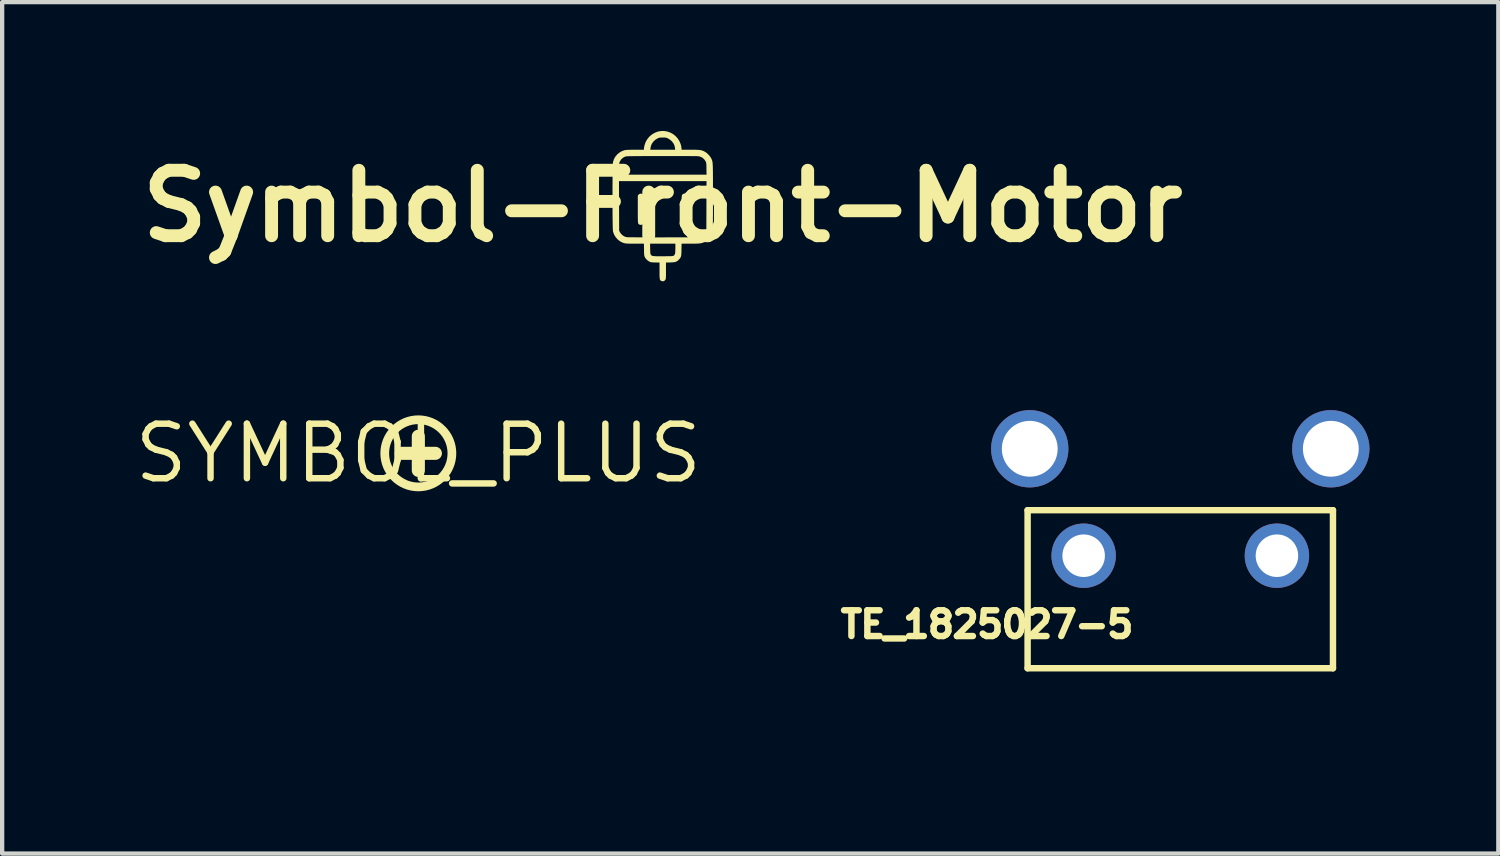
<source format=kicad_pcb>
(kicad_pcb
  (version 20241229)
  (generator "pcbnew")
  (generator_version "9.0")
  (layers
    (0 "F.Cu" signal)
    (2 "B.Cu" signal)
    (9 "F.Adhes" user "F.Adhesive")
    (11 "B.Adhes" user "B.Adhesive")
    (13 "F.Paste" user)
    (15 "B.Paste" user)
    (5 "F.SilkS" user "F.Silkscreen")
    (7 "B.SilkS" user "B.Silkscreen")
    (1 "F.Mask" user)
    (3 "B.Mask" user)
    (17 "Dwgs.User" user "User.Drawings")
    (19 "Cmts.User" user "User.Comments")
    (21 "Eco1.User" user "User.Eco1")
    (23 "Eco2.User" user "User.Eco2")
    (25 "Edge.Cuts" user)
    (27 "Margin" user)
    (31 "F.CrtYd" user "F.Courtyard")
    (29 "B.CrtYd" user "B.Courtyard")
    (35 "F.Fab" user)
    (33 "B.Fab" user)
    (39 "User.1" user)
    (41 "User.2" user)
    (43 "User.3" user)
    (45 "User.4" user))
  (footprint "TE_1825027-5"
    (layer "F.Cu")
    (at 24.431 9.889)
    (property "Reference" "TE_1825027-5" (at -4.5 1.6 0) (layer "F.SilkS") (effects (font (size 0.6 0.6) (thickness 0.15))))
    (attr through_hole)
    (fp_line (start -3.555 -1.06) (end 3.555 -1.06) (stroke (width 0.15) (type solid)) (layer "F.SilkS"))
    (fp_line (start -3.555 2.62) (end -3.555 -1.06) (stroke (width 0.15) (type solid)) (layer "F.SilkS"))
    (fp_line (start -3.555 2.62) (end 3.555 2.62) (stroke (width 0.15) (type solid)) (layer "F.SilkS"))
    (fp_line (start 3.555 2.62) (end 3.555 -1.06) (stroke (width 0.15) (type solid)) (layer "F.SilkS"))
    (fp_line (start -1.775 2.62) (end -1.775 3.86) (stroke (width 0.15) (type solid)) (layer "Eco1.User"))
    (fp_line (start -1.755 3.86) (end 1.755 3.86) (stroke (width 0.15) (type solid)) (layer "Eco1.User"))
    (fp_line (start 1.755 2.62) (end 1.755 3.86) (stroke (width 0.15) (type solid)) (layer "Eco1.User"))
    (pad "" thru_hole circle (at -3.505 -2.49) (size 1.8 1.8) (drill 1.3) (layers "*.Cu" "*.Mask"))
    (pad "" thru_hole circle (at 3.505 -2.49) (size 1.8 1.8) (drill 1.3) (layers "*.Cu" "*.Mask"))
    (pad "1" thru_hole circle (at -2.25 0) (size 1.5 1.5) (drill 0.99) (layers "*.Cu" "*.Mask"))
    (pad "2" thru_hole circle (at 2.25 0) (size 1.5 1.5) (drill 0.99) (layers "*.Cu" "*.Mask")))
  (footprint "Symbol-Front-Motor"
    (layer "F.Cu")
    (at 12.381 1.749)
    (property "Reference" "Symbol-Front-Motor" (at 0 0 0) (layer "F.SilkS") (effects (font (size 1.524 1.524) (thickness 0.3))))
    (attr board_only exclude_from_pos_files exclude_from_bom)
    (fp_poly (pts (xy 0.536 -0.287) (xy 0.56 -0.269) (xy 0.564 -0.266) (xy 0.581 -0.245) (xy 0.581 0.074) (xy 0.581 0.149) (xy 0.581 0.211) (xy 0.58 0.262) (xy 0.58 0.303) (xy 0.579 0.335) (xy 0.578 0.36) (xy 0.577 0.378) (xy 0.576 0.39) (xy 0.574 0.399) (xy 0.571 0.405) (xy 0.569 0.408) (xy 0.545 0.429) (xy 0.517 0.438) (xy 0.489 0.433) (xy 0.463 0.416) (xy 0.461 0.414) (xy 0.438 0.391) (xy 0.438 0.074) (xy 0.438 -0.002) (xy 0.438 -0.066) (xy 0.438 -0.119) (xy 0.439 -0.161) (xy 0.44 -0.195) (xy 0.442 -0.221) (xy 0.444 -0.24) (xy 0.448 -0.255) (xy 0.452 -0.264) (xy 0.458 -0.271) (xy 0.465 -0.277) (xy 0.474 -0.281) (xy 0.48 -0.284) (xy 0.508 -0.292)) (stroke (width 0) (type solid)) (fill yes) (layer "F.SilkS"))
    (fp_poly (pts (xy -0.484 -0.286) (xy -0.48 -0.284) (xy -0.47 -0.279) (xy -0.462 -0.275) (xy -0.456 -0.269) (xy -0.45 -0.261) (xy -0.446 -0.249) (xy -0.443 -0.233) (xy -0.441 -0.211) (xy -0.439 -0.183) (xy -0.438 -0.146) (xy -0.438 -0.099) (xy -0.438 -0.042) (xy -0.438 0.027) (xy -0.438 0.074) (xy -0.438 0.391) (xy -0.461 0.414) (xy -0.487 0.433) (xy -0.515 0.438) (xy -0.543 0.43) (xy -0.544 0.43) (xy -0.552 0.425) (xy -0.559 0.42) (xy -0.565 0.415) (xy -0.57 0.407) (xy -0.573 0.395) (xy -0.576 0.379) (xy -0.578 0.357) (xy -0.579 0.328) (xy -0.58 0.29) (xy -0.581 0.244) (xy -0.581 0.186) (xy -0.581 0.117) (xy -0.581 0.074) (xy -0.581 -0.245) (xy -0.564 -0.266) (xy -0.54 -0.285) (xy -0.512 -0.292)) (stroke (width 0) (type solid)) (fill yes) (layer "F.SilkS"))
    (fp_poly (pts (xy 0.041 -1.748) (xy 0.111 -1.735) (xy 0.178 -1.711) (xy 0.24 -1.677) (xy 0.297 -1.632) (xy 0.345 -1.579) (xy 0.385 -1.518) (xy 0.415 -1.45) (xy 0.424 -1.418) (xy 0.431 -1.389) (xy 0.435 -1.361) (xy 0.438 -1.341) (xy 0.438 -1.339) (xy 0.438 -1.313) (xy 0.641 -1.313) (xy 0.708 -1.312) (xy 0.764 -1.312) (xy 0.809 -1.31) (xy 0.846 -1.308) (xy 0.876 -1.304) (xy 0.902 -1.299) (xy 0.925 -1.292) (xy 0.947 -1.283) (xy 0.969 -1.272) (xy 0.974 -1.27) (xy 1.013 -1.245) (xy 1.052 -1.211) (xy 1.088 -1.172) (xy 1.117 -1.133) (xy 1.127 -1.114) (xy 1.134 -1.101) (xy 1.139 -1.089) (xy 1.144 -1.078) (xy 1.149 -1.065) (xy 1.152 -1.052) (xy 1.156 -1.036) (xy 1.159 -1.017) (xy 1.161 -0.994) (xy 1.163 -0.967) (xy 1.165 -0.934) (xy 1.166 -0.895) (xy 1.167 -0.849) (xy 1.168 -0.795) (xy 1.168 -0.732) (xy 1.169 -0.66) (xy 1.169 -0.578) (xy 1.169 -0.485) (xy 1.169 -0.38) (xy 1.169 -0.219) (xy 1.169 -0.097) (xy 1.169 0.013) (xy 1.169 0.11) (xy 1.169 0.196) (xy 1.168 0.271) (xy 1.168 0.337) (xy 1.167 0.394) (xy 1.166 0.442) (xy 1.165 0.484) (xy 1.164 0.519) (xy 1.162 0.548) (xy 1.159 0.572) (xy 1.157 0.593) (xy 1.153 0.609) (xy 1.15 0.624) (xy 1.145 0.636) (xy 1.141 0.648) (xy 1.135 0.66) (xy 1.129 0.672) (xy 1.126 0.677) (xy 1.101 0.717) (xy 1.067 0.758) (xy 1.028 0.795) (xy 0.988 0.824) (xy 0.974 0.832) (xy 0.951 0.844) (xy 0.929 0.853) (xy 0.907 0.86) (xy 0.882 0.866) (xy 0.852 0.869) (xy 0.816 0.872) (xy 0.773 0.874) (xy 0.719 0.875) (xy 0.654 0.875) (xy 0.641 0.875) (xy 0.439 0.875) (xy 0.436 1.014) (xy 0.435 1.068) (xy 0.433 1.111) (xy 0.43 1.145) (xy 0.424 1.171) (xy 0.416 1.193) (xy 0.405 1.212) (xy 0.389 1.231) (xy 0.373 1.248) (xy 0.35 1.27) (xy 0.327 1.286) (xy 0.303 1.297) (xy 0.275 1.304) (xy 0.239 1.309) (xy 0.193 1.311) (xy 0.176 1.312) (xy 0.075 1.314) (xy 0.075 1.502) (xy 0.075 1.56) (xy 0.075 1.606) (xy 0.074 1.641) (xy 0.073 1.668) (xy 0.071 1.687) (xy 0.068 1.7) (xy 0.065 1.708) (xy 0.065 1.709) (xy 0.045 1.735) (xy 0.019 1.748) (xy 0 1.75) (xy -0.021 1.747) (xy -0.039 1.74) (xy -0.04 1.74) (xy -0.05 1.732) (xy -0.058 1.723) (xy -0.064 1.712) (xy -0.068 1.698) (xy -0.071 1.677) (xy -0.073 1.649) (xy -0.075 1.613) (xy -0.075 1.566) (xy -0.075 1.507) (xy -0.075 1.502) (xy -0.075 1.314) (xy -0.176 1.312) (xy -0.217 1.311) (xy -0.246 1.309) (xy -0.268 1.307) (xy -0.285 1.303) (xy -0.299 1.298) (xy -0.311 1.293) (xy -0.348 1.269) (xy -0.383 1.237) (xy -0.41 1.201) (xy -0.419 1.184) (xy -0.424 1.172) (xy -0.428 1.159) (xy -0.431 1.143) (xy -0.433 1.123) (xy -0.435 1.094) (xy -0.436 1.057) (xy -0.436 1.014) (xy -0.439 0.875) (xy -0.295 0.875) (xy -0.293 0.994) (xy -0.292 1.038) (xy -0.291 1.07) (xy -0.289 1.093) (xy -0.287 1.109) (xy -0.283 1.12) (xy -0.279 1.129) (xy -0.276 1.133) (xy -0.269 1.142) (xy -0.26 1.149) (xy -0.25 1.155) (xy -0.235 1.16) (xy -0.216 1.163) (xy -0.189 1.165) (xy -0.155 1.167) (xy -0.112 1.167) (xy -0.057 1.167) (xy 0.009 1.167) (xy 0.011 1.167) (xy 0.073 1.167) (xy 0.123 1.166) (xy 0.162 1.166) (xy 0.191 1.165) (xy 0.214 1.164) (xy 0.229 1.162) (xy 0.24 1.16) (xy 0.248 1.157) (xy 0.254 1.154) (xy 0.258 1.151) (xy 0.27 1.14) (xy 0.279 1.126) (xy 0.286 1.107) (xy 0.29 1.082) (xy 0.292 1.047) (xy 0.293 1.001) (xy 0.294 0.983) (xy 0.294 0.875) (xy -0.295 0.875) (xy -0.439 0.875) (xy -0.639 0.875) (xy -0.699 0.875) (xy -0.754 0.874) (xy -0.8 0.873) (xy -0.838 0.871) (xy -0.865 0.869) (xy -0.877 0.868) (xy -0.941 0.848) (xy -1 0.816) (xy -1.052 0.774) (xy -1.096 0.723) (xy -1.131 0.666) (xy -1.155 0.602) (xy -1.159 0.585) (xy -1.161 0.569) (xy -1.162 0.541) (xy -1.164 0.502) (xy -1.165 0.452) (xy -1.166 0.393) (xy -1.167 0.326) (xy -1.168 0.252) (xy -1.169 0.172) (xy -1.169 0.087) (xy -1.17 -0.002) (xy -1.17 -0.093) (xy -1.17 -0.185) (xy -1.17 -0.279) (xy -1.17 -0.371) (xy -1.17 -0.462) (xy -1.169 -0.549) (xy -1.169 -0.581) (xy -1.019 -0.581) (xy -1.017 -0.005) (xy -1.015 0.571) (xy -1 0.602) (xy -0.971 0.646) (xy -0.933 0.682) (xy -0.889 0.708) (xy -0.841 0.723) (xy -0.836 0.724) (xy -0.825 0.724) (xy -0.801 0.725) (xy -0.766 0.725) (xy -0.719 0.726) (xy -0.662 0.726) (xy -0.596 0.727) (xy -0.522 0.727) (xy -0.439 0.727) (xy -0.351 0.727) (xy -0.256 0.728) (xy -0.157 0.728) (xy -0.054 0.728) (xy 0.021 0.728) (xy 0.145 0.727) (xy 0.256 0.727) (xy 0.355 0.727) (xy 0.443 0.727) (xy 0.519 0.727) (xy 0.586 0.726) (xy 0.644 0.726) (xy 0.693 0.725) (xy 0.734 0.725) (xy 0.769 0.724) (xy 0.797 0.723) (xy 0.819 0.722) (xy 0.837 0.721) (xy 0.85 0.72) (xy 0.86 0.719) (xy 0.868 0.717) (xy 0.874 0.716) (xy 0.875 0.715) (xy 0.92 0.692) (xy 0.958 0.66) (xy 0.99 0.617) (xy 0.997 0.605) (xy 1.015 0.571) (xy 1.017 -0.005) (xy 1.019 -0.581) (xy -1.019 -0.581) (xy -1.169 -0.581) (xy -1.169 -0.633) (xy -1.168 -0.711) (xy -1.167 -0.784) (xy -1.166 -0.848) (xy -1.166 -0.858) (xy -1.019 -0.858) (xy -1.019 -0.732) (xy 1.02 -0.732) (xy 1.017 -0.87) (xy 1.017 -0.917) (xy 1.016 -0.953) (xy 1.014 -0.98) (xy 1.012 -1) (xy 1.009 -1.015) (xy 1.005 -1.027) (xy 1 -1.039) (xy 0.999 -1.041) (xy 0.969 -1.086) (xy 0.93 -1.122) (xy 0.884 -1.148) (xy 0.833 -1.161) (xy 0.822 -1.162) (xy 0.797 -1.163) (xy 0.761 -1.163) (xy 0.714 -1.164) (xy 0.657 -1.164) (xy 0.59 -1.165) (xy 0.515 -1.165) (xy 0.433 -1.165) (xy 0.344 -1.166) (xy 0.249 -1.166) (xy 0.15 -1.166) (xy 0.047 -1.166) (xy -0.024 -1.166) (xy -0.148 -1.165) (xy -0.259 -1.165) (xy -0.358 -1.165) (xy -0.445 -1.165) (xy -0.522 -1.164) (xy -0.589 -1.164) (xy -0.646 -1.164) (xy -0.695 -1.163) (xy -0.736 -1.162) (xy -0.77 -1.162) (xy -0.798 -1.161) (xy -0.821 -1.16) (xy -0.838 -1.159) (xy -0.851 -1.158) (xy -0.861 -1.156) (xy -0.869 -1.155) (xy -0.874 -1.153) (xy -0.874 -1.153) (xy -0.922 -1.128) (xy -0.963 -1.093) (xy -0.993 -1.05) (xy -1.008 -1.017) (xy -1.012 -1.001) (xy -1.015 -0.98) (xy -1.017 -0.953) (xy -1.018 -0.918) (xy -1.019 -0.871) (xy -1.019 -0.858) (xy -1.166 -0.858) (xy -1.165 -0.905) (xy -1.163 -0.952) (xy -1.162 -0.988) (xy -1.16 -1.012) (xy -1.159 -1.022) (xy -1.139 -1.087) (xy -1.108 -1.146) (xy -1.064 -1.199) (xy -1.061 -1.203) (xy -1.01 -1.246) (xy -0.953 -1.279) (xy -0.893 -1.301) (xy -0.877 -1.305) (xy -0.859 -1.307) (xy -0.829 -1.309) (xy -0.789 -1.311) (xy -0.74 -1.312) (xy -0.684 -1.313) (xy -0.639 -1.313) (xy -0.438 -1.313) (xy -0.289 -1.313) (xy 0.289 -1.313) (xy 0.285 -1.354) (xy 0.274 -1.407) (xy 0.251 -1.457) (xy 0.217 -1.504) (xy 0.174 -1.543) (xy 0.125 -1.574) (xy 0.104 -1.584) (xy 0.087 -1.59) (xy 0.07 -1.594) (xy 0.049 -1.596) (xy 0.021 -1.596) (xy 0 -1.596) (xy -0.035 -1.596) (xy -0.059 -1.595) (xy -0.078 -1.593) (xy -0.095 -1.588) (xy -0.113 -1.58) (xy -0.125 -1.574) (xy -0.175 -1.543) (xy -0.217 -1.503) (xy -0.251 -1.457) (xy -0.274 -1.406) (xy -0.285 -1.354) (xy -0.289 -1.313) (xy -0.438 -1.313) (xy -0.438 -1.339) (xy -0.436 -1.359) (xy -0.431 -1.386) (xy -0.425 -1.415) (xy -0.424 -1.418) (xy -0.399 -1.49) (xy -0.362 -1.556) (xy -0.315 -1.614) (xy -0.259 -1.664) (xy -0.195 -1.703) (xy -0.124 -1.732) (xy -0.105 -1.737) (xy -0.032 -1.749)) (stroke (width 0) (type solid)) (fill yes) (layer "F.SilkS")))
  (footprint "SYMBOL_PLUS"
    (layer "F.Cu")
    (at 6.69 7.505)
    (property "Reference" "SYMBOL_PLUS" (at 0 0 0) (layer "F.SilkS") (effects (font (size 1.27 1.27) (thickness 0.15))))
    (fp_line (start 0 -0.397) (end 0 0.397) (stroke (width 0.305) (type solid)) (layer "F.SilkS"))
    (fp_line (start 0.397 0) (end -0.397 0) (stroke (width 0.305) (type solid)) (layer "F.SilkS"))
    (fp_circle (center 0 0) (end 0.782 0) (stroke (width 0.203) (type solid)) (fill no) (layer "F.SilkS")))
  (gr_rect
    (start -3 -3)
    (end 31.836 16.824)
    (stroke (width 0.1) (type default))
    (fill no)
    (layer "Edge.Cuts")))
</source>
